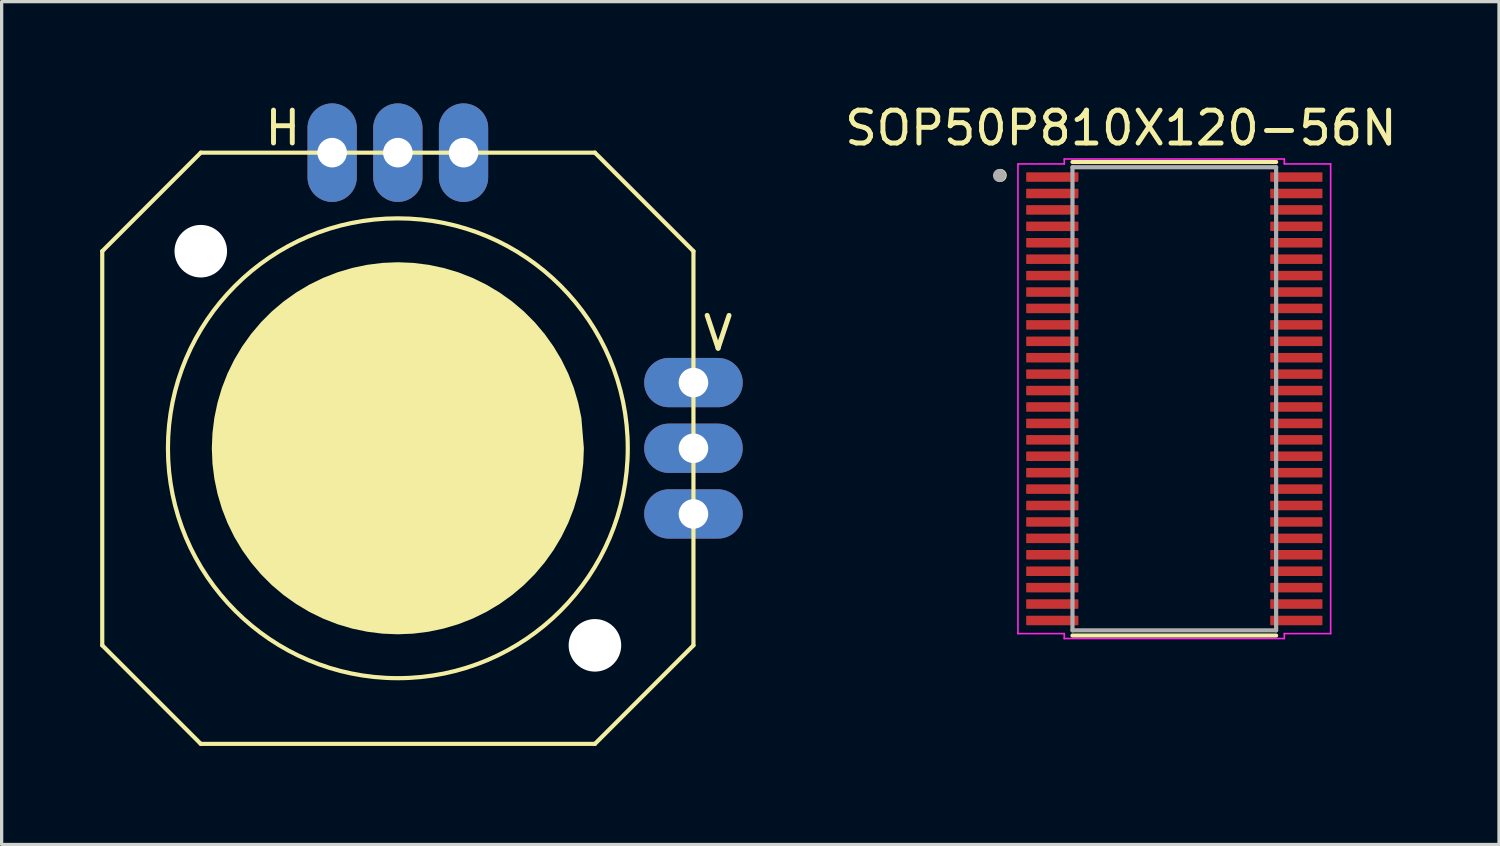
<source format=kicad_pcb>
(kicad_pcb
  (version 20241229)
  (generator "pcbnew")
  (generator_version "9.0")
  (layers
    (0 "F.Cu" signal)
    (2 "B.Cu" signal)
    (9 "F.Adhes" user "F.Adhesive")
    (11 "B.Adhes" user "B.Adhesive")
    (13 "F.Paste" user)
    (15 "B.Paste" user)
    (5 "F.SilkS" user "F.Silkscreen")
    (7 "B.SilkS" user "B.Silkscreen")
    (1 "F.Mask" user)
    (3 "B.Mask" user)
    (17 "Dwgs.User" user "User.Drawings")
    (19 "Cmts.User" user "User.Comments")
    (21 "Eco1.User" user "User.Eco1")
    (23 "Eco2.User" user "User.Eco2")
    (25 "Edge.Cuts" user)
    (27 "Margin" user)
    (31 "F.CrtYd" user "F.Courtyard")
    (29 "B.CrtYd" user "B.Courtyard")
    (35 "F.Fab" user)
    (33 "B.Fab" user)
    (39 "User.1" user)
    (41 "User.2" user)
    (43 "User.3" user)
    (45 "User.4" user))
  (footprint "JOYSTICK_S"
    (layer "F.Cu")
    (at 9.063 10.598)
    (property "Reference" "JOYSTICK_S" (at 0 0 0) (layer "F.SilkS") (effects (font (size 1.27 1.27) (thickness 0.15))))
    (fp_line (start -9 -6) (end -6 -9) (stroke (width 0.127) (type solid)) (layer "F.SilkS"))
    (fp_line (start -9 6) (end -9 -6) (stroke (width 0.127) (type solid)) (layer "F.SilkS"))
    (fp_line (start -6 -9) (end 6 -9) (stroke (width 0.127) (type solid)) (layer "F.SilkS"))
    (fp_line (start -6 9) (end -9 6) (stroke (width 0.127) (type solid)) (layer "F.SilkS"))
    (fp_line (start 6 -9) (end 9 -6) (stroke (width 0.127) (type solid)) (layer "F.SilkS"))
    (fp_line (start 6 9) (end -6 9) (stroke (width 0.127) (type solid)) (layer "F.SilkS"))
    (fp_line (start 9 -6) (end 9 6) (stroke (width 0.127) (type solid)) (layer "F.SilkS"))
    (fp_line (start 9 6) (end 6 9) (stroke (width 0.127) (type solid)) (layer "F.SilkS"))
    (fp_circle (center 0 0) (end 7 0) (stroke (width 0.127) (type solid)) (fill no) (layer "F.SilkS"))
    (fp_poly (pts (xy 0.468 -5.644) (xy 0.932 -5.586) (xy 1.39 -5.49) (xy 1.839 -5.357) (xy 2.275 -5.187) (xy 2.696 -4.981) (xy 3.098 -4.741) (xy 3.479 -4.469) (xy 3.836 -4.167) (xy 4.167 -3.836) (xy 4.469 -3.479) (xy 4.741 -3.098) (xy 4.981 -2.696) (xy 5.187 -2.275) (xy 5.357 -1.839) (xy 5.49 -1.39) (xy 5.587 -0.931) (xy 5.664 -0.001) (xy 5.644 0.468) (xy 5.586 0.932) (xy 5.49 1.39) (xy 5.357 1.839) (xy 5.187 2.275) (xy 4.981 2.696) (xy 4.741 3.098) (xy 4.469 3.479) (xy 4.167 3.836) (xy 3.836 4.167) (xy 3.479 4.469) (xy 3.098 4.741) (xy 2.696 4.981) (xy 2.275 5.187) (xy 1.839 5.357) (xy 1.39 5.49) (xy 0.932 5.586) (xy 0.468 5.644) (xy 0 5.664) (xy -0.468 5.644) (xy -0.932 5.586) (xy -1.39 5.49) (xy -1.839 5.357) (xy -2.275 5.187) (xy -2.696 4.981) (xy -3.098 4.741) (xy -3.479 4.469) (xy -3.836 4.167) (xy -4.167 3.836) (xy -4.469 3.479) (xy -4.741 3.098) (xy -4.981 2.696) (xy -5.187 2.275) (xy -5.357 1.839) (xy -5.49 1.39) (xy -5.586 0.932) (xy -5.644 0.468) (xy -5.664 0) (xy -5.644 -0.468) (xy -5.586 -0.932) (xy -5.49 -1.39) (xy -5.357 -1.839) (xy -5.187 -2.275) (xy -4.981 -2.696) (xy -4.741 -3.098) (xy -4.469 -3.479) (xy -4.167 -3.836) (xy -3.836 -4.167) (xy -3.479 -4.469) (xy -3.098 -4.741) (xy -2.696 -4.981) (xy -2.275 -5.187) (xy -1.839 -5.357) (xy -1.39 -5.49) (xy -0.932 -5.586) (xy -0.468 -5.644) (xy 0 -5.664)) (stroke (width 0) (type solid)) (fill yes) (layer "F.SilkS"))
    (fp_text user "V" (at 9.75 -3.5 0) (unlocked yes) (layer "F.SilkS") (effects (font (size 1 1) (thickness 0.15))))
    (fp_text user "H" (at -3.5 -9.75 0) (unlocked yes) (layer "F.SilkS") (effects (font (size 1 1) (thickness 0.15))))
    (pad "" np_thru_hole circle (at -6 -6) (size 1.6 1.6) (drill 1.6) (layers "*.Cu" "*.Mask"))
    (pad "" np_thru_hole circle (at 6 6) (size 1.6 1.6) (drill 1.6) (layers "*.Cu" "*.Mask"))
    (pad "H" thru_hole oval (at 0 -9 90) (size 3 1.5) (drill 0.9) (layers "*.Cu" "*.Mask"))
    (pad "H+" thru_hole oval (at 2 -9 90) (size 3 1.5) (drill 0.9) (layers "*.Cu" "*.Mask"))
    (pad "H-" thru_hole oval (at -2 -9 90) (size 3 1.5) (drill 0.9) (layers "*.Cu" "*.Mask"))
    (pad "V" thru_hole oval (at 9 0) (size 3 1.5) (drill 0.9) (layers "*.Cu" "*.Mask"))
    (pad "V+" thru_hole oval (at 9 -2) (size 3 1.5) (drill 0.9) (layers "*.Cu" "*.Mask"))
    (pad "V-" thru_hole oval (at 9 2) (size 3 1.5) (drill 0.9) (layers "*.Cu" "*.Mask")))
  (footprint "SOP50P810X120-56N"
    (layer "F.Cu")
    (at 32.703 9.091)
    (property "Reference" "SOP50P810X120-56N" (at -1.626 -8.242 0) (layer "F.SilkS") (effects (font (size 1.001 1.001) (thickness 0.15))))
    (attr through_hole)
    (fp_line (start -3.1 -7.209) (end 3.1 -7.209) (stroke (width 0.127) (type solid)) (layer "F.SilkS"))
    (fp_line (start -3.1 7.209) (end 3.1 7.209) (stroke (width 0.127) (type solid)) (layer "F.SilkS"))
    (fp_circle (center -5.3 -6.8) (end -5.2 -6.8) (stroke (width 0.2) (type solid)) (fill no) (layer "F.SilkS"))
    (fp_line (start -4.76 -7.15) (end -3.35 -7.15) (stroke (width 0.05) (type solid)) (layer "F.CrtYd"))
    (fp_line (start -4.76 7.15) (end -4.76 -7.15) (stroke (width 0.05) (type solid)) (layer "F.CrtYd"))
    (fp_line (start -3.35 -7.3) (end 3.35 -7.3) (stroke (width 0.05) (type solid)) (layer "F.CrtYd"))
    (fp_line (start -3.35 -7.15) (end -3.35 -7.3) (stroke (width 0.05) (type solid)) (layer "F.CrtYd"))
    (fp_line (start -3.35 7.15) (end -4.76 7.15) (stroke (width 0.05) (type solid)) (layer "F.CrtYd"))
    (fp_line (start -3.35 7.3) (end -3.35 7.15) (stroke (width 0.05) (type solid)) (layer "F.CrtYd"))
    (fp_line (start 3.35 -7.3) (end 3.35 -7.15) (stroke (width 0.05) (type solid)) (layer "F.CrtYd"))
    (fp_line (start 3.35 -7.15) (end 4.76 -7.15) (stroke (width 0.05) (type solid)) (layer "F.CrtYd"))
    (fp_line (start 3.35 7.15) (end 3.35 7.3) (stroke (width 0.05) (type solid)) (layer "F.CrtYd"))
    (fp_line (start 3.35 7.3) (end -3.35 7.3) (stroke (width 0.05) (type solid)) (layer "F.CrtYd"))
    (fp_line (start 4.76 -7.15) (end 4.76 7.15) (stroke (width 0.05) (type solid)) (layer "F.CrtYd"))
    (fp_line (start 4.76 7.15) (end 3.35 7.15) (stroke (width 0.05) (type solid)) (layer "F.CrtYd"))
    (fp_line (start -3.1 -7.05) (end 3.1 -7.05) (stroke (width 0.127) (type solid)) (layer "F.Fab"))
    (fp_line (start -3.1 7.05) (end -3.1 -7.05) (stroke (width 0.127) (type solid)) (layer "F.Fab"))
    (fp_line (start 3.1 -7.05) (end 3.1 7.05) (stroke (width 0.127) (type solid)) (layer "F.Fab"))
    (fp_line (start 3.1 7.05) (end -3.1 7.05) (stroke (width 0.127) (type solid)) (layer "F.Fab"))
    (fp_circle (center -5.323 -6.796) (end -5.223 -6.796) (stroke (width 0.2) (type solid)) (fill no) (layer "F.Fab"))
    (pad "1" smd roundrect (at -3.715 -6.75) (size 1.59 0.29) (layers "F.Cu" "F.Mask" "F.Paste") (roundrect_rratio 0.07))
    (pad "2" smd roundrect (at -3.715 -6.25) (size 1.59 0.29) (layers "F.Cu" "F.Mask" "F.Paste") (roundrect_rratio 0.07))
    (pad "3" smd roundrect (at -3.715 -5.75) (size 1.59 0.29) (layers "F.Cu" "F.Mask" "F.Paste") (roundrect_rratio 0.07))
    (pad "4" smd roundrect (at -3.715 -5.25) (size 1.59 0.29) (layers "F.Cu" "F.Mask" "F.Paste") (roundrect_rratio 0.07))
    (pad "5" smd roundrect (at -3.715 -4.75) (size 1.59 0.29) (layers "F.Cu" "F.Mask" "F.Paste") (roundrect_rratio 0.07))
    (pad "6" smd roundrect (at -3.715 -4.25) (size 1.59 0.29) (layers "F.Cu" "F.Mask" "F.Paste") (roundrect_rratio 0.07))
    (pad "7" smd roundrect (at -3.715 -3.75) (size 1.59 0.29) (layers "F.Cu" "F.Mask" "F.Paste") (roundrect_rratio 0.07))
    (pad "8" smd roundrect (at -3.715 -3.25) (size 1.59 0.29) (layers "F.Cu" "F.Mask" "F.Paste") (roundrect_rratio 0.07))
    (pad "9" smd roundrect (at -3.715 -2.75) (size 1.59 0.29) (layers "F.Cu" "F.Mask" "F.Paste") (roundrect_rratio 0.07))
    (pad "10" smd roundrect (at -3.715 -2.25) (size 1.59 0.29) (layers "F.Cu" "F.Mask" "F.Paste") (roundrect_rratio 0.07))
    (pad "11" smd roundrect (at -3.715 -1.75) (size 1.59 0.29) (layers "F.Cu" "F.Mask" "F.Paste") (roundrect_rratio 0.07))
    (pad "12" smd roundrect (at -3.715 -1.25) (size 1.59 0.29) (layers "F.Cu" "F.Mask" "F.Paste") (roundrect_rratio 0.07))
    (pad "13" smd roundrect (at -3.715 -0.75) (size 1.59 0.29) (layers "F.Cu" "F.Mask" "F.Paste") (roundrect_rratio 0.07))
    (pad "14" smd roundrect (at -3.715 -0.25) (size 1.59 0.29) (layers "F.Cu" "F.Mask" "F.Paste") (roundrect_rratio 0.07))
    (pad "15" smd roundrect (at -3.715 0.25) (size 1.59 0.29) (layers "F.Cu" "F.Mask" "F.Paste") (roundrect_rratio 0.07))
    (pad "16" smd roundrect (at -3.715 0.75) (size 1.59 0.29) (layers "F.Cu" "F.Mask" "F.Paste") (roundrect_rratio 0.07))
    (pad "17" smd roundrect (at -3.715 1.25) (size 1.59 0.29) (layers "F.Cu" "F.Mask" "F.Paste") (roundrect_rratio 0.07))
    (pad "18" smd roundrect (at -3.715 1.75) (size 1.59 0.29) (layers "F.Cu" "F.Mask" "F.Paste") (roundrect_rratio 0.07))
    (pad "19" smd roundrect (at -3.715 2.25) (size 1.59 0.29) (layers "F.Cu" "F.Mask" "F.Paste") (roundrect_rratio 0.07))
    (pad "20" smd roundrect (at -3.715 2.75) (size 1.59 0.29) (layers "F.Cu" "F.Mask" "F.Paste") (roundrect_rratio 0.07))
    (pad "21" smd roundrect (at -3.715 3.25) (size 1.59 0.29) (layers "F.Cu" "F.Mask" "F.Paste") (roundrect_rratio 0.07))
    (pad "22" smd roundrect (at -3.715 3.75) (size 1.59 0.29) (layers "F.Cu" "F.Mask" "F.Paste") (roundrect_rratio 0.07))
    (pad "23" smd roundrect (at -3.715 4.25) (size 1.59 0.29) (layers "F.Cu" "F.Mask" "F.Paste") (roundrect_rratio 0.07))
    (pad "24" smd roundrect (at -3.715 4.75) (size 1.59 0.29) (layers "F.Cu" "F.Mask" "F.Paste") (roundrect_rratio 0.07))
    (pad "25" smd roundrect (at -3.715 5.25) (size 1.59 0.29) (layers "F.Cu" "F.Mask" "F.Paste") (roundrect_rratio 0.07))
    (pad "26" smd roundrect (at -3.715 5.75) (size 1.59 0.29) (layers "F.Cu" "F.Mask" "F.Paste") (roundrect_rratio 0.07))
    (pad "27" smd roundrect (at -3.715 6.25) (size 1.59 0.29) (layers "F.Cu" "F.Mask" "F.Paste") (roundrect_rratio 0.07))
    (pad "28" smd roundrect (at -3.715 6.75) (size 1.59 0.29) (layers "F.Cu" "F.Mask" "F.Paste") (roundrect_rratio 0.07))
    (pad "29" smd roundrect (at 3.715 6.75 180) (size 1.59 0.29) (layers "F.Cu" "F.Mask" "F.Paste") (roundrect_rratio 0.07))
    (pad "30" smd roundrect (at 3.715 6.25 180) (size 1.59 0.29) (layers "F.Cu" "F.Mask" "F.Paste") (roundrect_rratio 0.07))
    (pad "31" smd roundrect (at 3.715 5.75 180) (size 1.59 0.29) (layers "F.Cu" "F.Mask" "F.Paste") (roundrect_rratio 0.07))
    (pad "32" smd roundrect (at 3.715 5.25 180) (size 1.59 0.29) (layers "F.Cu" "F.Mask" "F.Paste") (roundrect_rratio 0.07))
    (pad "33" smd roundrect (at 3.715 4.75 180) (size 1.59 0.29) (layers "F.Cu" "F.Mask" "F.Paste") (roundrect_rratio 0.07))
    (pad "34" smd roundrect (at 3.715 4.25 180) (size 1.59 0.29) (layers "F.Cu" "F.Mask" "F.Paste") (roundrect_rratio 0.07))
    (pad "35" smd roundrect (at 3.715 3.75 180) (size 1.59 0.29) (layers "F.Cu" "F.Mask" "F.Paste") (roundrect_rratio 0.07))
    (pad "36" smd roundrect (at 3.715 3.25 180) (size 1.59 0.29) (layers "F.Cu" "F.Mask" "F.Paste") (roundrect_rratio 0.07))
    (pad "37" smd roundrect (at 3.715 2.75 180) (size 1.59 0.29) (layers "F.Cu" "F.Mask" "F.Paste") (roundrect_rratio 0.07))
    (pad "38" smd roundrect (at 3.715 2.25 180) (size 1.59 0.29) (layers "F.Cu" "F.Mask" "F.Paste") (roundrect_rratio 0.07))
    (pad "39" smd roundrect (at 3.715 1.75 180) (size 1.59 0.29) (layers "F.Cu" "F.Mask" "F.Paste") (roundrect_rratio 0.07))
    (pad "40" smd roundrect (at 3.715 1.25 180) (size 1.59 0.29) (layers "F.Cu" "F.Mask" "F.Paste") (roundrect_rratio 0.07))
    (pad "41" smd roundrect (at 3.715 0.75 180) (size 1.59 0.29) (layers "F.Cu" "F.Mask" "F.Paste") (roundrect_rratio 0.07))
    (pad "42" smd roundrect (at 3.715 0.25 180) (size 1.59 0.29) (layers "F.Cu" "F.Mask" "F.Paste") (roundrect_rratio 0.07))
    (pad "43" smd roundrect (at 3.715 -0.25 180) (size 1.59 0.29) (layers "F.Cu" "F.Mask" "F.Paste") (roundrect_rratio 0.07))
    (pad "44" smd roundrect (at 3.715 -0.75 180) (size 1.59 0.29) (layers "F.Cu" "F.Mask" "F.Paste") (roundrect_rratio 0.07))
    (pad "45" smd roundrect (at 3.715 -1.25 180) (size 1.59 0.29) (layers "F.Cu" "F.Mask" "F.Paste") (roundrect_rratio 0.07))
    (pad "46" smd roundrect (at 3.715 -1.75 180) (size 1.59 0.29) (layers "F.Cu" "F.Mask" "F.Paste") (roundrect_rratio 0.07))
    (pad "47" smd roundrect (at 3.715 -2.25 180) (size 1.59 0.29) (layers "F.Cu" "F.Mask" "F.Paste") (roundrect_rratio 0.07))
    (pad "48" smd roundrect (at 3.715 -2.75 180) (size 1.59 0.29) (layers "F.Cu" "F.Mask" "F.Paste") (roundrect_rratio 0.07))
    (pad "49" smd roundrect (at 3.715 -3.25 180) (size 1.59 0.29) (layers "F.Cu" "F.Mask" "F.Paste") (roundrect_rratio 0.07))
    (pad "50" smd roundrect (at 3.715 -3.75 180) (size 1.59 0.29) (layers "F.Cu" "F.Mask" "F.Paste") (roundrect_rratio 0.07))
    (pad "51" smd roundrect (at 3.715 -4.25 180) (size 1.59 0.29) (layers "F.Cu" "F.Mask" "F.Paste") (roundrect_rratio 0.07))
    (pad "52" smd roundrect (at 3.715 -4.75 180) (size 1.59 0.29) (layers "F.Cu" "F.Mask" "F.Paste") (roundrect_rratio 0.07))
    (pad "53" smd roundrect (at 3.715 -5.25 180) (size 1.59 0.29) (layers "F.Cu" "F.Mask" "F.Paste") (roundrect_rratio 0.07))
    (pad "54" smd roundrect (at 3.715 -5.75 180) (size 1.59 0.29) (layers "F.Cu" "F.Mask" "F.Paste") (roundrect_rratio 0.07))
    (pad "55" smd roundrect (at 3.715 -6.25 180) (size 1.59 0.29) (layers "F.Cu" "F.Mask" "F.Paste") (roundrect_rratio 0.07))
    (pad "56" smd roundrect (at 3.715 -6.75 180) (size 1.59 0.29) (layers "F.Cu" "F.Mask" "F.Paste") (roundrect_rratio 0.07)))
  (gr_rect
    (start -3 -3)
    (end 42.589 22.662)
    (stroke (width 0.1) (type default))
    (fill no)
    (layer "Edge.Cuts")))
</source>
